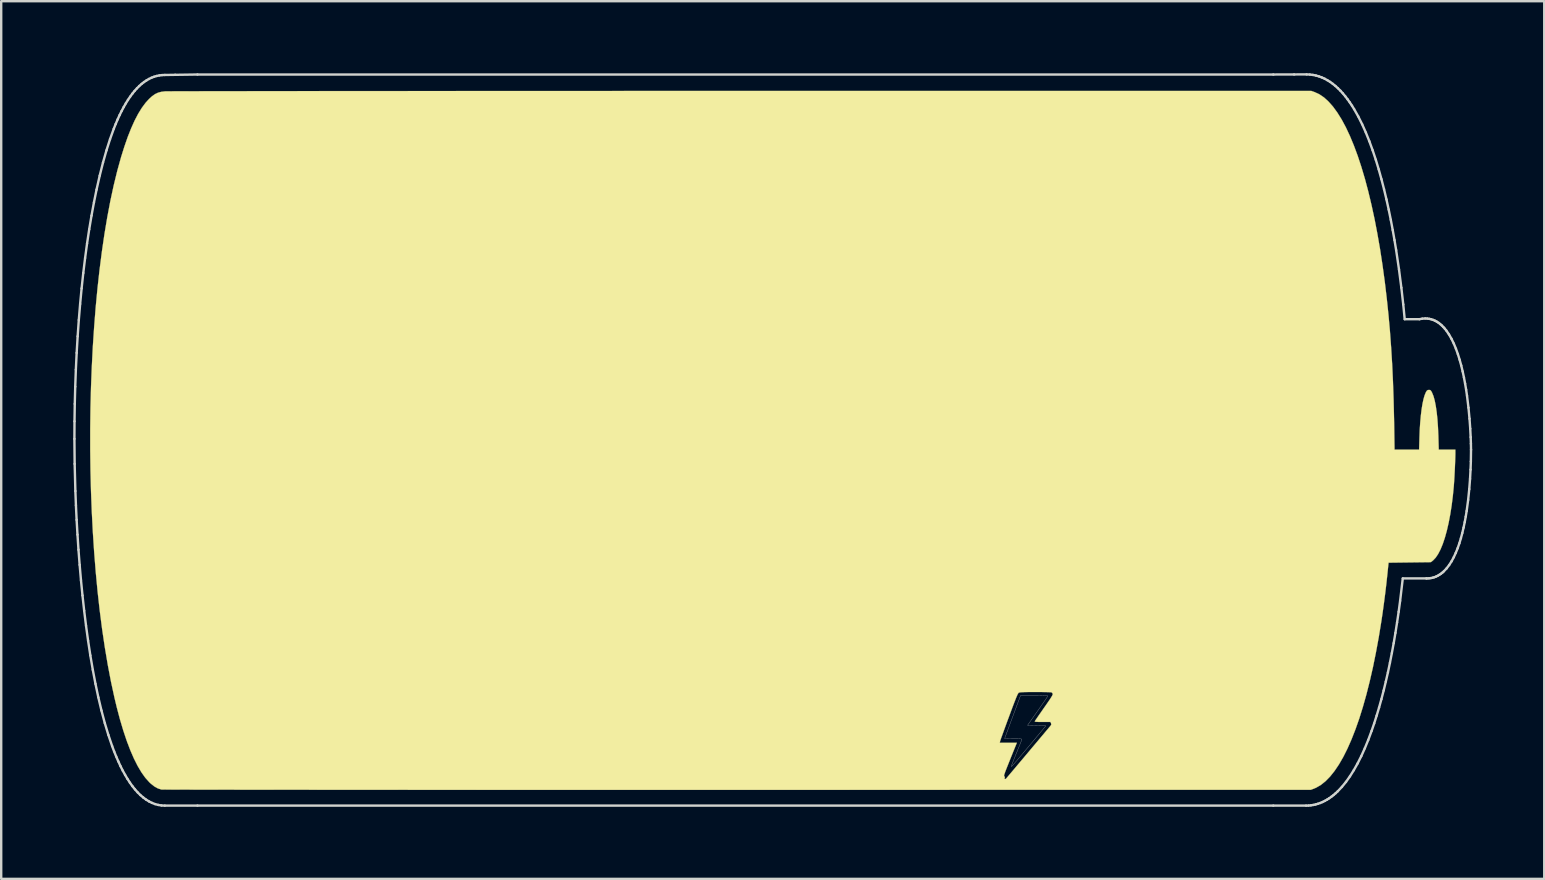
<source format=kicad_pcb>
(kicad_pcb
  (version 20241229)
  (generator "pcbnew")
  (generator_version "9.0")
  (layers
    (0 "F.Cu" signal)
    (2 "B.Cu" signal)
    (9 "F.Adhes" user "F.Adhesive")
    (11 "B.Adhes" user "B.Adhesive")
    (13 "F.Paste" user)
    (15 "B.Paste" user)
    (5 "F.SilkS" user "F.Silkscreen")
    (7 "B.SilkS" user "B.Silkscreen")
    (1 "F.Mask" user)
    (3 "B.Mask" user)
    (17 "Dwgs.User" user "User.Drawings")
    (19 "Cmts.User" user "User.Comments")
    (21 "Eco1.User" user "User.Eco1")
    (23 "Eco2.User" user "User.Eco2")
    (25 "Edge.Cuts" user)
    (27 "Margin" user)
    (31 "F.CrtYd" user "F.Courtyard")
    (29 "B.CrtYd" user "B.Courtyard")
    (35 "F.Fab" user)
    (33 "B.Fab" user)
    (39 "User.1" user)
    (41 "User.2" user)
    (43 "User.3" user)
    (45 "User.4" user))
  (footprint "battery"
    (layer "F.Cu")
    (at 29.3 15.3)
    (property "Reference" "battery" (at 0 0 0) (layer "F.SilkS") (effects (font (size 1.27 1.27) (thickness 0.15))))
    (attr through_hole)
    (fp_poly (pts (xy -2.318 -3.156) (xy -2.295 -3.104) (xy -2.262 -3.024) (xy -2.221 -2.923) (xy -2.175 -2.807) (xy -2.126 -2.682) (xy -2.077 -2.555) (xy -2.029 -2.43) (xy -1.987 -2.315) (xy -1.95 -2.216) (xy -1.934 -2.17) (xy -1.895 -2.035) (xy -1.877 -1.91) (xy -1.874 -1.841) (xy -1.877 -1.745) (xy -1.891 -1.666) (xy -1.92 -1.593) (xy -1.969 -1.513) (xy -2.042 -1.417) (xy -2.054 -1.402) (xy -2.16 -1.271) (xy -1.988 -0.99) (xy -1.927 -0.893) (xy -1.873 -0.808) (xy -1.83 -0.743) (xy -1.802 -0.704) (xy -1.795 -0.696) (xy -1.763 -0.686) (xy -1.704 -0.675) (xy -1.659 -0.669) (xy -1.544 -0.649) (xy -1.437 -0.613) (xy -1.331 -0.558) (xy -1.219 -0.48) (xy -1.093 -0.374) (xy -1.021 -0.307) (xy -0.789 -0.061) (xy -0.593 0.208) (xy -0.433 0.497) (xy -0.31 0.805) (xy -0.226 1.13) (xy -0.18 1.47) (xy -0.176 1.533) (xy -0.163 1.785) (xy -0.121 1.734) (xy -0.088 1.686) (xy -0.047 1.618) (xy -0.025 1.577) (xy 0.003 1.518) (xy 0.019 1.462) (xy 0.028 1.394) (xy 0.03 1.302) (xy 0.03 1.281) (xy 0.03 1.223) (xy 0.027 1.171) (xy 0.021 1.119) (xy 0.01 1.063) (xy -0.007 0.998) (xy -0.032 0.919) (xy -0.067 0.82) (xy -0.112 0.696) (xy -0.17 0.544) (xy -0.241 0.356) (xy -0.242 0.353) (xy -0.308 0.177) (xy -0.359 0.032) (xy -0.396 -0.092) (xy -0.422 -0.202) (xy -0.438 -0.308) (xy -0.448 -0.418) (xy -0.452 -0.54) (xy -0.452 -0.55) (xy -0.452 -0.674) (xy -0.448 -0.766) (xy -0.439 -0.835) (xy -0.425 -0.892) (xy -0.417 -0.914) (xy -0.361 -1.015) (xy -0.282 -1.095) (xy -0.191 -1.146) (xy -0.156 -1.156) (xy -0.071 -1.16) (xy 0.034 -1.148) (xy 0.142 -1.125) (xy 0.237 -1.092) (xy 0.25 -1.086) (xy 0.302 -1.054) (xy 0.327 -1.017) (xy 0.335 -0.967) (xy 0.336 -0.928) (xy 0.328 -0.895) (xy 0.306 -0.86) (xy 0.265 -0.814) (xy 0.2 -0.749) (xy 0.184 -0.734) (xy 0.114 -0.663) (xy 0.052 -0.595) (xy 0.009 -0.541) (xy -0.005 -0.519) (xy -0.041 -0.427) (xy -0.056 -0.327) (xy -0.05 -0.216) (xy -0.022 -0.087) (xy 0.028 0.062) (xy 0.102 0.239) (xy 0.169 0.381) (xy 0.257 0.566) (xy 0.326 0.723) (xy 0.379 0.858) (xy 0.418 0.979) (xy 0.447 1.094) (xy 0.467 1.21) (xy 0.468 1.219) (xy 0.48 1.453) (xy 0.453 1.685) (xy 0.387 1.91) (xy 0.287 2.126) (xy 0.154 2.329) (xy -0.008 2.516) (xy -0.199 2.682) (xy -0.414 2.826) (xy -0.652 2.942) (xy -0.794 2.994) (xy -0.935 3.036) (xy -1.088 3.071) (xy -1.26 3.1) (xy -1.461 3.126) (xy -1.627 3.144) (xy -1.742 3.153) (xy -1.874 3.161) (xy -2.016 3.167) (xy -2.161 3.171) (xy -2.303 3.174) (xy -2.434 3.175) (xy -2.549 3.173) (xy -2.64 3.17) (xy -2.701 3.165) (xy -2.723 3.159) (xy -2.732 3.132) (xy -2.742 3.064) (xy -2.751 2.954) (xy -2.76 2.802) (xy -2.77 2.608) (xy -2.772 2.561) (xy -2.783 2.33) (xy -2.795 2.135) (xy -2.809 1.969) (xy -2.826 1.827) (xy -2.846 1.702) (xy -2.87 1.588) (xy -2.9 1.479) (xy -2.914 1.432) (xy -2.951 1.323) (xy -2.992 1.222) (xy -3.041 1.121) (xy -3.102 1.01) (xy -3.181 0.881) (xy -3.26 0.76) (xy -3.387 0.555) (xy -3.502 0.348) (xy -3.603 0.148) (xy -3.683 -0.038) (xy -3.741 -0.203) (xy -3.756 -0.255) (xy -3.781 -0.369) (xy -3.806 -0.506) (xy -3.831 -0.672) (xy -3.856 -0.869) (xy -3.882 -1.104) (xy -3.885 -1.126) (xy -3.895 -1.194) (xy -3.915 -1.25) (xy -3.95 -1.308) (xy -4.005 -1.38) (xy -4.09 -1.493) (xy -4.115 -1.536) (xy -3.281 -1.536) (xy -3.263 -1.487) (xy -3.216 -1.454) (xy -3.153 -1.441) (xy -3.085 -1.453) (xy -3.069 -1.461) (xy -3.029 -1.47) (xy -3.016 -1.461) (xy -2.988 -1.446) (xy -2.937 -1.439) (xy -2.934 -1.439) (xy -2.869 -1.453) (xy -2.822 -1.486) (xy -2.8 -1.531) (xy -2.804 -1.56) (xy -2.817 -1.584) (xy -2.834 -1.575) (xy -2.851 -1.55) (xy -2.892 -1.516) (xy -2.941 -1.503) (xy -2.982 -1.515) (xy -2.998 -1.535) (xy -3.025 -1.563) (xy -3.04 -1.566) (xy -3.074 -1.549) (xy -3.083 -1.535) (xy -3.111 -1.511) (xy -3.154 -1.503) (xy -3.202 -1.513) (xy -3.225 -1.535) (xy -3.248 -1.562) (xy -3.272 -1.561) (xy -3.281 -1.536) (xy -4.115 -1.536) (xy -4.147 -1.59) (xy -4.181 -1.684) (xy -4.197 -1.786) (xy -4.199 -1.864) (xy -3.785 -1.864) (xy -3.764 -1.809) (xy -3.721 -1.771) (xy -3.665 -1.761) (xy -3.617 -1.782) (xy -3.571 -1.824) (xy -3.57 -1.826) (xy -3.527 -1.884) (xy -2.54 -1.884) (xy -2.526 -1.838) (xy -2.498 -1.799) (xy -2.452 -1.767) (xy -2.413 -1.757) (xy -2.367 -1.771) (xy -2.328 -1.799) (xy -2.297 -1.845) (xy -2.286 -1.884) (xy -2.3 -1.93) (xy -2.328 -1.968) (xy -2.374 -2) (xy -2.413 -2.011) (xy -2.459 -1.996) (xy -2.498 -1.968) (xy -2.529 -1.922) (xy -2.54 -1.884) (xy -3.527 -1.884) (xy -3.57 -1.942) (xy -3.626 -1.993) (xy -3.687 -2.006) (xy -3.745 -1.98) (xy -3.748 -1.978) (xy -3.782 -1.925) (xy -3.785 -1.864) (xy -4.199 -1.864) (xy -4.199 -1.873) (xy -4.199 -1.925) (xy -4.195 -1.972) (xy -4.188 -2.019) (xy -4.176 -2.073) (xy -4.156 -2.14) (xy -4.126 -2.224) (xy -4.086 -2.332) (xy -4.033 -2.47) (xy -3.99 -2.582) (xy -3.934 -2.726) (xy -3.882 -2.857) (xy -3.837 -2.97) (xy -3.799 -3.06) (xy -3.772 -3.121) (xy -3.758 -3.149) (xy -3.757 -3.149) (xy -3.743 -3.153) (xy -3.725 -3.132) (xy -3.699 -3.083) (xy -3.664 -3) (xy -3.639 -2.938) (xy -3.545 -2.699) (xy -3.042 -2.697) (xy -2.855 -2.697) (xy -2.71 -2.7) (xy -2.606 -2.704) (xy -2.543 -2.711) (xy -2.522 -2.718) (xy -2.507 -2.746) (xy -2.482 -2.805) (xy -2.45 -2.885) (xy -2.422 -2.958) (xy -2.388 -3.046) (xy -2.358 -3.116) (xy -2.337 -3.162) (xy -2.328 -3.175) (xy -2.318 -3.156)) (stroke (width 0.01) (type solid)) (fill yes) (layer "F.Cu"))
    (fp_poly (pts (xy 3.922 -3.14) (xy 3.933 -3.116) (xy 3.957 -3.058) (xy 3.991 -2.974) (xy 4.033 -2.87) (xy 4.08 -2.753) (xy 4.081 -2.752) (xy 4.163 -2.539) (xy 4.235 -2.346) (xy 4.293 -2.176) (xy 4.338 -2.033) (xy 4.367 -1.919) (xy 4.381 -1.84) (xy 4.381 -1.824) (xy 4.364 -1.7) (xy 4.311 -1.571) (xy 4.221 -1.433) (xy 4.202 -1.409) (xy 4.146 -1.337) (xy 4.114 -1.289) (xy 4.102 -1.256) (xy 4.106 -1.229) (xy 4.111 -1.22) (xy 4.141 -1.166) (xy 4.184 -1.094) (xy 4.236 -1.009) (xy 4.291 -0.921) (xy 4.344 -0.837) (xy 4.391 -0.765) (xy 4.427 -0.712) (xy 4.446 -0.687) (xy 4.447 -0.686) (xy 4.478 -0.677) (xy 4.537 -0.665) (xy 4.607 -0.654) (xy 4.715 -0.632) (xy 4.816 -0.596) (xy 4.917 -0.541) (xy 5.023 -0.464) (xy 5.143 -0.359) (xy 5.252 -0.255) (xy 5.451 -0.042) (xy 5.614 0.169) (xy 5.748 0.386) (xy 5.784 0.455) (xy 5.872 0.659) (xy 5.947 0.89) (xy 6.004 1.131) (xy 6.041 1.37) (xy 6.055 1.583) (xy 6.055 1.789) (xy 6.118 1.715) (xy 6.192 1.6) (xy 6.243 1.46) (xy 6.265 1.312) (xy 6.265 1.285) (xy 6.262 1.205) (xy 6.249 1.119) (xy 6.227 1.021) (xy 6.192 0.905) (xy 6.144 0.764) (xy 6.08 0.595) (xy 6.043 0.498) (xy 5.971 0.311) (xy 5.914 0.157) (xy 5.871 0.027) (xy 5.838 -0.085) (xy 5.815 -0.187) (xy 5.8 -0.285) (xy 5.79 -0.386) (xy 5.784 -0.488) (xy 5.781 -0.653) (xy 5.79 -0.783) (xy 5.811 -0.886) (xy 5.846 -0.969) (xy 5.896 -1.038) (xy 5.916 -1.059) (xy 5.956 -1.095) (xy 5.99 -1.117) (xy 6.032 -1.128) (xy 6.093 -1.132) (xy 6.166 -1.132) (xy 6.31 -1.124) (xy 6.426 -1.099) (xy 6.51 -1.059) (xy 6.56 -1.007) (xy 6.573 -0.943) (xy 6.564 -0.905) (xy 6.541 -0.869) (xy 6.495 -0.815) (xy 6.434 -0.75) (xy 6.403 -0.72) (xy 6.304 -0.615) (xy 6.237 -0.522) (xy 6.198 -0.43) (xy 6.182 -0.331) (xy 6.181 -0.295) (xy 6.186 -0.2) (xy 6.203 -0.102) (xy 6.234 0.006) (xy 6.281 0.131) (xy 6.348 0.28) (xy 6.406 0.401) (xy 6.483 0.561) (xy 6.543 0.691) (xy 6.589 0.801) (xy 6.624 0.898) (xy 6.651 0.991) (xy 6.673 1.087) (xy 6.679 1.118) (xy 6.705 1.359) (xy 6.691 1.602) (xy 6.638 1.842) (xy 6.548 2.074) (xy 6.422 2.295) (xy 6.262 2.498) (xy 6.216 2.546) (xy 6.014 2.722) (xy 5.79 2.862) (xy 5.545 2.966) (xy 5.413 3.005) (xy 5.31 3.027) (xy 5.181 3.049) (xy 5.033 3.069) (xy 4.869 3.088) (xy 4.695 3.106) (xy 4.516 3.121) (xy 4.337 3.134) (xy 4.163 3.145) (xy 3.999 3.152) (xy 3.85 3.156) (xy 3.721 3.156) (xy 3.618 3.153) (xy 3.545 3.145) (xy 3.507 3.132) (xy 3.504 3.127) (xy 3.5 3.1) (xy 3.496 3.036) (xy 3.491 2.941) (xy 3.484 2.822) (xy 3.478 2.683) (xy 3.471 2.531) (xy 3.471 2.529) (xy 3.463 2.333) (xy 3.455 2.172) (xy 3.446 2.039) (xy 3.436 1.928) (xy 3.424 1.831) (xy 3.409 1.741) (xy 3.39 1.653) (xy 3.367 1.557) (xy 3.354 1.507) (xy 3.317 1.382) (xy 3.273 1.264) (xy 3.216 1.143) (xy 3.143 1.011) (xy 3.05 0.858) (xy 3.001 0.783) (xy 2.852 0.546) (xy 2.729 0.33) (xy 2.63 0.126) (xy 2.552 -0.073) (xy 2.491 -0.276) (xy 2.445 -0.492) (xy 2.409 -0.729) (xy 2.393 -0.878) (xy 2.379 -1.008) (xy 2.368 -1.104) (xy 2.355 -1.176) (xy 2.338 -1.231) (xy 2.314 -1.278) (xy 2.281 -1.326) (xy 2.236 -1.384) (xy 2.233 -1.388) (xy 2.147 -1.508) (xy 2.125 -1.551) (xy 2.967 -1.551) (xy 2.983 -1.51) (xy 3.011 -1.474) (xy 3.036 -1.46) (xy 3.067 -1.443) (xy 3.098 -1.402) (xy 3.1 -1.399) (xy 3.143 -1.341) (xy 3.192 -1.325) (xy 3.243 -1.351) (xy 3.289 -1.407) (xy 3.321 -1.445) (xy 3.348 -1.46) (xy 3.387 -1.476) (xy 3.426 -1.512) (xy 3.449 -1.551) (xy 3.45 -1.559) (xy 3.438 -1.585) (xy 3.406 -1.578) (xy 3.364 -1.544) (xy 3.329 -1.515) (xy 3.3 -1.515) (xy 3.27 -1.533) (xy 3.214 -1.562) (xy 3.173 -1.559) (xy 3.14 -1.535) (xy 3.103 -1.507) (xy 3.069 -1.512) (xy 3.028 -1.549) (xy 2.994 -1.577) (xy 2.971 -1.581) (xy 2.971 -1.581) (xy 2.967 -1.551) (xy 2.125 -1.551) (xy 2.091 -1.618) (xy 2.062 -1.731) (xy 2.056 -1.86) (xy 2.058 -1.901) (xy 2.439 -1.901) (xy 2.439 -1.841) (xy 2.469 -1.786) (xy 2.523 -1.748) (xy 2.567 -1.737) (xy 2.592 -1.75) (xy 2.631 -1.782) (xy 2.636 -1.788) (xy 2.678 -1.84) (xy 2.678 -1.843) (xy 3.689 -1.843) (xy 3.718 -1.786) (xy 3.725 -1.778) (xy 3.777 -1.742) (xy 3.826 -1.744) (xy 3.883 -1.785) (xy 3.886 -1.789) (xy 3.924 -1.849) (xy 3.92 -1.91) (xy 3.878 -1.963) (xy 3.819 -1.99) (xy 3.763 -1.983) (xy 3.718 -1.95) (xy 3.691 -1.901) (xy 3.689 -1.843) (xy 2.678 -1.843) (xy 2.684 -1.886) (xy 2.656 -1.941) (xy 2.655 -1.943) (xy 2.606 -1.981) (xy 2.542 -1.987) (xy 2.481 -1.961) (xy 2.473 -1.955) (xy 2.439 -1.901) (xy 2.058 -1.901) (xy 2.058 -1.901) (xy 2.062 -1.954) (xy 2.069 -2.006) (xy 2.082 -2.063) (xy 2.101 -2.13) (xy 2.13 -2.214) (xy 2.169 -2.321) (xy 2.22 -2.456) (xy 2.277 -2.601) (xy 2.333 -2.742) (xy 2.385 -2.869) (xy 2.43 -2.977) (xy 2.467 -3.06) (xy 2.494 -3.115) (xy 2.508 -3.135) (xy 2.508 -3.135) (xy 2.524 -3.115) (xy 2.55 -3.064) (xy 2.582 -2.989) (xy 2.611 -2.916) (xy 2.645 -2.827) (xy 2.676 -2.754) (xy 2.699 -2.704) (xy 2.709 -2.688) (xy 2.734 -2.685) (xy 2.796 -2.683) (xy 2.887 -2.68) (xy 3.003 -2.679) (xy 3.136 -2.678) (xy 3.221 -2.678) (xy 3.715 -2.678) (xy 3.812 -2.919) (xy 3.851 -3.009) (xy 3.884 -3.08) (xy 3.908 -3.127) (xy 3.921 -3.141) (xy 3.922 -3.14)) (stroke (width 0.01) (type solid)) (fill yes) (layer "F.Cu"))
    (fp_poly (pts (xy -14.806 -3.146) (xy -14.782 -3.099) (xy -14.748 -3.023) (xy -14.706 -2.926) (xy -14.66 -2.812) (xy -14.61 -2.688) (xy -14.56 -2.56) (xy -14.512 -2.433) (xy -14.468 -2.313) (xy -14.43 -2.207) (xy -14.416 -2.162) (xy -14.368 -1.985) (xy -14.352 -1.83) (xy -14.368 -1.692) (xy -14.418 -1.563) (xy -14.502 -1.438) (xy -14.539 -1.394) (xy -14.585 -1.338) (xy -14.616 -1.294) (xy -14.626 -1.272) (xy -14.616 -1.246) (xy -14.587 -1.193) (xy -14.546 -1.12) (xy -14.496 -1.035) (xy -14.443 -0.947) (xy -14.391 -0.863) (xy -14.345 -0.791) (xy -14.31 -0.74) (xy -14.295 -0.72) (xy -14.26 -0.701) (xy -14.197 -0.681) (xy -14.119 -0.664) (xy -14.116 -0.664) (xy -14.009 -0.641) (xy -13.913 -0.609) (xy -13.822 -0.564) (xy -13.729 -0.501) (xy -13.626 -0.415) (xy -13.506 -0.301) (xy -13.47 -0.266) (xy -13.295 -0.082) (xy -13.152 0.093) (xy -13.033 0.269) (xy -12.932 0.456) (xy -12.887 0.555) (xy -12.783 0.835) (xy -12.709 1.123) (xy -12.666 1.408) (xy -12.657 1.598) (xy -12.656 1.789) (xy -12.593 1.715) (xy -12.508 1.584) (xy -12.46 1.432) (xy -12.449 1.259) (xy -12.475 1.066) (xy -12.536 0.857) (xy -12.572 0.757) (xy -12.618 0.632) (xy -12.669 0.497) (xy -12.718 0.365) (xy -12.729 0.338) (xy -12.789 0.178) (xy -12.835 0.048) (xy -12.869 -0.06) (xy -12.893 -0.156) (xy -12.909 -0.249) (xy -12.919 -0.347) (xy -12.926 -0.459) (xy -12.927 -0.504) (xy -12.93 -0.659) (xy -12.925 -0.78) (xy -12.911 -0.874) (xy -12.885 -0.95) (xy -12.846 -1.014) (xy -12.807 -1.059) (xy -12.728 -1.123) (xy -12.636 -1.156) (xy -12.524 -1.159) (xy -12.447 -1.148) (xy -12.309 -1.115) (xy -12.213 -1.073) (xy -12.157 -1.022) (xy -12.142 -0.96) (xy -12.168 -0.886) (xy -12.233 -0.8) (xy -12.311 -0.724) (xy -12.407 -0.629) (xy -12.472 -0.544) (xy -12.511 -0.457) (xy -12.528 -0.359) (xy -12.531 -0.29) (xy -12.525 -0.194) (xy -12.507 -0.092) (xy -12.473 0.021) (xy -12.423 0.152) (xy -12.354 0.306) (xy -12.28 0.457) (xy -12.181 0.666) (xy -12.106 0.851) (xy -12.053 1.017) (xy -12.02 1.174) (xy -12.004 1.329) (xy -12.002 1.417) (xy -12.022 1.619) (xy -12.08 1.826) (xy -12.172 2.034) (xy -12.296 2.237) (xy -12.447 2.429) (xy -12.623 2.605) (xy -12.765 2.719) (xy -12.923 2.824) (xy -13.093 2.913) (xy -13.279 2.986) (xy -13.487 3.046) (xy -13.722 3.094) (xy -13.989 3.131) (xy -14.213 3.153) (xy -14.326 3.161) (xy -14.455 3.167) (xy -14.591 3.171) (xy -14.73 3.173) (xy -14.862 3.174) (xy -14.982 3.172) (xy -15.082 3.169) (xy -15.155 3.164) (xy -15.193 3.157) (xy -15.196 3.156) (xy -15.205 3.141) (xy -15.214 3.106) (xy -15.222 3.049) (xy -15.229 2.964) (xy -15.237 2.847) (xy -15.245 2.696) (xy -15.252 2.547) (xy -15.261 2.356) (xy -15.269 2.201) (xy -15.277 2.075) (xy -15.284 1.974) (xy -15.292 1.889) (xy -15.302 1.816) (xy -15.314 1.748) (xy -15.329 1.679) (xy -15.347 1.602) (xy -15.358 1.559) (xy -15.401 1.409) (xy -15.452 1.268) (xy -15.518 1.127) (xy -15.603 0.976) (xy -15.711 0.804) (xy -15.718 0.794) (xy -15.792 0.675) (xy -15.875 0.535) (xy -15.957 0.39) (xy -16.028 0.257) (xy -16.034 0.243) (xy -16.118 0.067) (xy -16.185 -0.101) (xy -16.237 -0.272) (xy -16.278 -0.455) (xy -16.31 -0.663) (xy -16.33 -0.826) (xy -16.345 -0.971) (xy -16.358 -1.081) (xy -16.37 -1.163) (xy -16.383 -1.223) (xy -16.398 -1.267) (xy -16.418 -1.303) (xy -16.445 -1.337) (xy -16.479 -1.376) (xy -16.479 -1.377) (xy -16.539 -1.449) (xy -15.661 -1.449) (xy -15.661 -1.423) (xy -15.649 -1.418) (xy -15.625 -1.432) (xy -15.586 -1.465) (xy -15.575 -1.475) (xy -15.515 -1.532) (xy -15.456 -1.475) (xy -15.414 -1.439) (xy -15.385 -1.419) (xy -15.382 -1.418) (xy -15.366 -1.431) (xy -15.377 -1.466) (xy -15.412 -1.514) (xy -15.441 -1.545) (xy -15.515 -1.617) (xy -15.589 -1.545) (xy -15.636 -1.492) (xy -15.661 -1.449) (xy -16.539 -1.449) (xy -16.561 -1.475) (xy -16.616 -1.56) (xy -16.648 -1.645) (xy -16.664 -1.743) (xy -16.667 -1.868) (xy -16.667 -1.873) (xy -16.667 -1.884) (xy -16.256 -1.884) (xy -16.238 -1.839) (xy -16.193 -1.81) (xy -16.135 -1.801) (xy -16.075 -1.813) (xy -16.034 -1.841) (xy -16.008 -1.875) (xy -16.011 -1.893) (xy -15.001 -1.893) (xy -14.997 -1.868) (xy -14.975 -1.841) (xy -14.92 -1.808) (xy -14.854 -1.802) (xy -14.795 -1.825) (xy -14.786 -1.832) (xy -14.758 -1.867) (xy -14.761 -1.895) (xy -14.788 -1.93) (xy -14.843 -1.962) (xy -14.909 -1.964) (xy -14.968 -1.934) (xy -14.975 -1.926) (xy -15.001 -1.893) (xy -16.011 -1.893) (xy -16.012 -1.9) (xy -16.034 -1.926) (xy -16.084 -1.958) (xy -16.144 -1.967) (xy -16.201 -1.954) (xy -16.243 -1.923) (xy -16.256 -1.884) (xy -16.667 -1.884) (xy -16.666 -2.085) (xy -16.591 -2.275) (xy -16.066 -2.275) (xy -16.055 -2.244) (xy -16.018 -2.202) (xy -15.975 -2.166) (xy -15.915 -2.122) (xy -15.878 -2.101) (xy -15.857 -2.101) (xy -15.844 -2.115) (xy -15.186 -2.115) (xy -15.172 -2.1) (xy -15.152 -2.101) (xy -15.118 -2.123) (xy -15.061 -2.168) (xy -15.057 -2.171) (xy -14.994 -2.228) (xy -14.967 -2.266) (xy -14.975 -2.284) (xy -14.989 -2.286) (xy -15.02 -2.273) (xy -15.066 -2.242) (xy -15.116 -2.201) (xy -15.158 -2.16) (xy -15.184 -2.127) (xy -15.186 -2.115) (xy -15.844 -2.115) (xy -15.844 -2.115) (xy -15.853 -2.136) (xy -15.887 -2.172) (xy -15.934 -2.213) (xy -15.985 -2.252) (xy -16.027 -2.279) (xy -16.047 -2.286) (xy -16.066 -2.275) (xy -16.591 -2.275) (xy -16.456 -2.618) (xy -16.399 -2.759) (xy -16.347 -2.886) (xy -16.302 -2.994) (xy -16.264 -3.078) (xy -16.238 -3.134) (xy -16.224 -3.155) (xy -16.224 -3.155) (xy -16.207 -3.138) (xy -16.182 -3.09) (xy -16.152 -3.022) (xy -16.145 -3.002) (xy -16.111 -2.916) (xy -16.079 -2.834) (xy -16.054 -2.773) (xy -16.053 -2.77) (xy -16.019 -2.694) (xy -15.529 -2.694) (xy -15.38 -2.695) (xy -15.249 -2.697) (xy -15.142 -2.701) (xy -15.064 -2.706) (xy -15.02 -2.711) (xy -15.013 -2.714) (xy -14.995 -2.741) (xy -14.968 -2.799) (xy -14.934 -2.878) (xy -14.91 -2.939) (xy -14.876 -3.026) (xy -14.846 -3.098) (xy -14.825 -3.145) (xy -14.817 -3.16) (xy -14.806 -3.146)) (stroke (width 0.01) (type solid)) (fill yes) (layer "F.Cu"))
    (fp_poly (pts (xy 8.751 -3.156) (xy 8.774 -3.106) (xy 8.804 -3.033) (xy 8.824 -2.979) (xy 8.855 -2.892) (xy 8.879 -2.825) (xy 8.903 -2.775) (xy 8.931 -2.74) (xy 8.971 -2.717) (xy 9.026 -2.704) (xy 9.103 -2.698) (xy 9.207 -2.697) (xy 9.345 -2.697) (xy 9.453 -2.698) (xy 9.958 -2.699) (xy 10.051 -2.938) (xy 10.088 -3.028) (xy 10.121 -3.1) (xy 10.146 -3.147) (xy 10.16 -3.161) (xy 10.161 -3.16) (xy 10.173 -3.135) (xy 10.199 -3.077) (xy 10.233 -2.991) (xy 10.275 -2.886) (xy 10.322 -2.767) (xy 10.37 -2.641) (xy 10.419 -2.514) (xy 10.464 -2.393) (xy 10.504 -2.285) (xy 10.535 -2.195) (xy 10.551 -2.148) (xy 10.579 -2.057) (xy 10.603 -1.969) (xy 10.617 -1.901) (xy 10.619 -1.892) (xy 10.615 -1.764) (xy 10.573 -1.628) (xy 10.492 -1.486) (xy 10.446 -1.425) (xy 10.394 -1.359) (xy 10.354 -1.306) (xy 10.332 -1.274) (xy 10.33 -1.268) (xy 10.34 -1.247) (xy 10.369 -1.196) (xy 10.413 -1.122) (xy 10.468 -1.032) (xy 10.504 -0.973) (xy 10.679 -0.69) (xy 10.827 -0.665) (xy 10.95 -0.639) (xy 11.062 -0.6) (xy 11.168 -0.545) (xy 11.278 -0.469) (xy 11.396 -0.368) (xy 11.532 -0.237) (xy 11.551 -0.218) (xy 11.758 0.022) (xy 11.935 0.287) (xy 12.081 0.572) (xy 12.192 0.872) (xy 12.267 1.18) (xy 12.303 1.491) (xy 12.305 1.573) (xy 12.308 1.801) (xy 12.358 1.742) (xy 12.449 1.601) (xy 12.502 1.442) (xy 12.517 1.291) (xy 12.515 1.22) (xy 12.508 1.15) (xy 12.495 1.077) (xy 12.473 0.994) (xy 12.442 0.894) (xy 12.398 0.772) (xy 12.341 0.622) (xy 12.297 0.507) (xy 12.225 0.321) (xy 12.168 0.167) (xy 12.123 0.039) (xy 12.09 -0.069) (xy 12.066 -0.166) (xy 12.051 -0.256) (xy 12.041 -0.347) (xy 12.037 -0.446) (xy 12.035 -0.55) (xy 12.035 -0.673) (xy 12.037 -0.763) (xy 12.042 -0.827) (xy 12.051 -0.876) (xy 12.065 -0.918) (xy 12.082 -0.957) (xy 12.152 -1.059) (xy 12.245 -1.125) (xy 12.36 -1.155) (xy 12.498 -1.151) (xy 12.542 -1.143) (xy 12.671 -1.109) (xy 12.76 -1.068) (xy 12.811 -1.019) (xy 12.826 -0.959) (xy 12.818 -0.914) (xy 12.798 -0.882) (xy 12.754 -0.829) (xy 12.694 -0.762) (xy 12.637 -0.703) (xy 12.552 -0.61) (xy 12.488 -0.521) (xy 12.446 -0.431) (xy 12.426 -0.335) (xy 12.427 -0.229) (xy 12.451 -0.108) (xy 12.497 0.034) (xy 12.565 0.202) (xy 12.656 0.399) (xy 12.668 0.423) (xy 12.749 0.595) (xy 12.812 0.736) (xy 12.86 0.855) (xy 12.895 0.959) (xy 12.919 1.056) (xy 12.933 1.153) (xy 12.941 1.258) (xy 12.943 1.379) (xy 12.943 1.418) (xy 12.943 1.539) (xy 12.941 1.628) (xy 12.935 1.694) (xy 12.925 1.748) (xy 12.909 1.8) (xy 12.886 1.858) (xy 12.874 1.886) (xy 12.769 2.093) (xy 12.636 2.296) (xy 12.485 2.484) (xy 12.322 2.647) (xy 12.2 2.744) (xy 12.057 2.836) (xy 11.904 2.915) (xy 11.736 2.981) (xy 11.55 3.036) (xy 11.341 3.081) (xy 11.105 3.116) (xy 10.839 3.142) (xy 10.538 3.159) (xy 10.264 3.169) (xy 10.09 3.172) (xy 9.956 3.174) (xy 9.858 3.172) (xy 9.792 3.168) (xy 9.757 3.162) (xy 9.749 3.157) (xy 9.744 3.13) (xy 9.738 3.067) (xy 9.731 2.972) (xy 9.723 2.852) (xy 9.715 2.711) (xy 9.707 2.556) (xy 9.705 2.512) (xy 9.689 2.239) (xy 9.67 2.003) (xy 9.646 1.798) (xy 9.616 1.619) (xy 9.578 1.46) (xy 9.53 1.315) (xy 9.472 1.179) (xy 9.402 1.046) (xy 9.318 0.912) (xy 9.287 0.866) (xy 9.178 0.698) (xy 9.067 0.515) (xy 8.964 0.333) (xy 8.895 0.201) (xy 8.818 0.03) (xy 8.755 -0.15) (xy 8.703 -0.346) (xy 8.662 -0.566) (xy 8.628 -0.817) (xy 8.614 -0.953) (xy 8.604 -1.053) (xy 8.594 -1.14) (xy 8.586 -1.204) (xy 8.58 -1.233) (xy 8.562 -1.267) (xy 8.523 -1.321) (xy 8.476 -1.38) (xy 8.391 -1.487) (xy 8.338 -1.579) (xy 9.216 -1.579) (xy 9.234 -1.537) (xy 9.272 -1.502) (xy 9.292 -1.492) (xy 9.332 -1.465) (xy 9.367 -1.417) (xy 9.367 -1.417) (xy 9.41 -1.366) (xy 9.461 -1.354) (xy 9.509 -1.38) (xy 9.534 -1.416) (xy 9.573 -1.463) (xy 9.619 -1.49) (xy 9.667 -1.515) (xy 9.699 -1.554) (xy 9.708 -1.594) (xy 9.698 -1.613) (xy 9.672 -1.617) (xy 9.649 -1.59) (xy 9.611 -1.557) (xy 9.564 -1.546) (xy 9.524 -1.559) (xy 9.511 -1.577) (xy 9.483 -1.604) (xy 9.461 -1.609) (xy 9.423 -1.593) (xy 9.412 -1.577) (xy 9.383 -1.55) (xy 9.337 -1.548) (xy 9.292 -1.57) (xy 9.274 -1.59) (xy 9.245 -1.62) (xy 9.225 -1.613) (xy 9.216 -1.579) (xy 8.338 -1.579) (xy 8.335 -1.583) (xy 8.303 -1.68) (xy 8.289 -1.792) (xy 8.287 -1.873) (xy 8.288 -1.937) (xy 8.29 -1.977) (xy 8.657 -1.977) (xy 8.676 -1.955) (xy 8.733 -1.947) (xy 8.738 -1.947) (xy 8.804 -1.943) (xy 8.832 -1.931) (xy 8.821 -1.913) (xy 8.78 -1.896) (xy 8.731 -1.87) (xy 8.704 -1.839) (xy 8.703 -1.836) (xy 8.71 -1.805) (xy 8.734 -1.802) (xy 8.752 -1.82) (xy 8.78 -1.833) (xy 8.834 -1.841) (xy 8.86 -1.841) (xy 8.932 -1.85) (xy 8.96 -1.869) (xy 9.935 -1.869) (xy 9.936 -1.865) (xy 9.965 -1.851) (xy 10.019 -1.842) (xy 10.044 -1.841) (xy 10.103 -1.837) (xy 10.143 -1.825) (xy 10.15 -1.819) (xy 10.178 -1.804) (xy 10.204 -1.819) (xy 10.209 -1.831) (xy 10.195 -1.853) (xy 10.154 -1.879) (xy 10.145 -1.884) (xy 10.092 -1.912) (xy 10.081 -1.932) (xy 10.111 -1.945) (xy 10.165 -1.951) (xy 10.224 -1.962) (xy 10.247 -1.98) (xy 10.231 -2.002) (xy 10.205 -2.014) (xy 10.156 -2.017) (xy 10.095 -2.002) (xy 10.031 -1.974) (xy 9.977 -1.938) (xy 9.941 -1.901) (xy 9.935 -1.869) (xy 8.96 -1.869) (xy 8.969 -1.874) (xy 8.968 -1.909) (xy 8.93 -1.95) (xy 8.868 -1.986) (xy 8.799 -2.009) (xy 8.734 -2.017) (xy 8.684 -2.01) (xy 8.658 -1.986) (xy 8.657 -1.977) (xy 8.29 -1.977) (xy 8.291 -1.992) (xy 8.298 -2.043) (xy 8.311 -2.099) (xy 8.333 -2.167) (xy 8.364 -2.254) (xy 8.407 -2.367) (xy 8.454 -2.487) (xy 8.526 -2.671) (xy 8.584 -2.818) (xy 8.629 -2.934) (xy 8.665 -3.022) (xy 8.691 -3.086) (xy 8.71 -3.129) (xy 8.722 -3.156) (xy 8.731 -3.17) (xy 8.737 -3.175) (xy 8.739 -3.175) (xy 8.751 -3.156)) (stroke (width 0.01) (type solid)) (fill yes) (layer "F.Cu"))
    (fp_poly (pts (xy -8.56 -3.156) (xy -8.536 -3.104) (xy -8.501 -3.024) (xy -8.459 -2.921) (xy -8.411 -2.803) (xy -8.397 -2.768) (xy -8.308 -2.54) (xy -8.236 -2.346) (xy -8.179 -2.183) (xy -8.14 -2.044) (xy -8.116 -1.926) (xy -8.108 -1.825) (xy -8.115 -1.735) (xy -8.139 -1.652) (xy -8.177 -1.572) (xy -8.23 -1.49) (xy -8.299 -1.401) (xy -8.338 -1.354) (xy -8.4 -1.279) (xy -8.233 -1.005) (xy -8.172 -0.907) (xy -8.116 -0.821) (xy -8.069 -0.753) (xy -8.038 -0.712) (xy -8.029 -0.704) (xy -7.982 -0.685) (xy -7.927 -0.677) (xy -7.788 -0.657) (xy -7.638 -0.597) (xy -7.476 -0.496) (xy -7.303 -0.355) (xy -7.195 -0.252) (xy -6.985 -0.013) (xy -6.804 0.25) (xy -6.655 0.532) (xy -6.539 0.828) (xy -6.46 1.133) (xy -6.419 1.44) (xy -6.413 1.594) (xy -6.413 1.683) (xy -6.411 1.737) (xy -6.405 1.762) (xy -6.393 1.764) (xy -6.375 1.75) (xy -6.374 1.749) (xy -6.343 1.711) (xy -6.302 1.651) (xy -6.274 1.603) (xy -6.246 1.55) (xy -6.228 1.503) (xy -6.218 1.451) (xy -6.214 1.381) (xy -6.214 1.283) (xy -6.214 1.27) (xy -6.214 1.212) (xy -6.215 1.164) (xy -6.217 1.119) (xy -6.223 1.075) (xy -6.234 1.026) (xy -6.25 0.967) (xy -6.274 0.894) (xy -6.307 0.802) (xy -6.349 0.687) (xy -6.404 0.543) (xy -6.471 0.367) (xy -6.505 0.275) (xy -6.55 0.153) (xy -6.592 0.029) (xy -6.626 -0.084) (xy -6.651 -0.173) (xy -6.655 -0.195) (xy -6.673 -0.311) (xy -6.684 -0.444) (xy -6.688 -0.581) (xy -6.685 -0.711) (xy -6.675 -0.823) (xy -6.658 -0.906) (xy -6.656 -0.912) (xy -6.598 -1.027) (xy -6.517 -1.107) (xy -6.413 -1.152) (xy -6.284 -1.163) (xy -6.132 -1.139) (xy -6.066 -1.121) (xy -5.967 -1.081) (xy -5.908 -1.034) (xy -5.887 -0.977) (xy -5.906 -0.909) (xy -5.963 -0.828) (xy -6.059 -0.732) (xy -6.067 -0.725) (xy -6.17 -0.623) (xy -6.238 -0.527) (xy -6.275 -0.426) (xy -6.286 -0.313) (xy -6.287 -0.31) (xy -6.284 -0.234) (xy -6.276 -0.162) (xy -6.259 -0.087) (xy -6.231 -0.002) (xy -6.191 0.099) (xy -6.136 0.224) (xy -6.064 0.378) (xy -6.051 0.404) (xy -5.959 0.602) (xy -5.887 0.77) (xy -5.834 0.917) (xy -5.796 1.05) (xy -5.774 1.174) (xy -5.763 1.299) (xy -5.763 1.43) (xy -5.764 1.45) (xy -5.787 1.67) (xy -5.839 1.873) (xy -5.923 2.064) (xy -6.043 2.25) (xy -6.201 2.439) (xy -6.214 2.452) (xy -6.422 2.645) (xy -6.655 2.807) (xy -6.915 2.939) (xy -7.204 3.042) (xy -7.523 3.116) (xy -7.552 3.121) (xy -7.726 3.146) (xy -7.928 3.166) (xy -8.145 3.181) (xy -8.364 3.19) (xy -8.575 3.193) (xy -8.765 3.188) (xy -8.884 3.181) (xy -8.951 3.167) (xy -8.982 3.14) (xy -8.983 3.137) (xy -8.986 3.107) (xy -8.991 3.04) (xy -8.997 2.943) (xy -9.003 2.822) (xy -9.01 2.682) (xy -9.017 2.529) (xy -9.03 2.265) (xy -9.046 2.038) (xy -9.067 1.84) (xy -9.095 1.666) (xy -9.131 1.509) (xy -9.176 1.364) (xy -9.234 1.224) (xy -9.305 1.084) (xy -9.39 0.936) (xy -9.49 0.778) (xy -9.636 0.549) (xy -9.755 0.341) (xy -9.852 0.148) (xy -9.93 -0.041) (xy -9.991 -0.234) (xy -10.038 -0.44) (xy -10.076 -0.667) (xy -10.107 -0.917) (xy -10.12 -1.032) (xy -10.134 -1.134) (xy -10.147 -1.215) (xy -10.159 -1.267) (xy -10.163 -1.277) (xy -10.191 -1.319) (xy -10.236 -1.375) (xy -10.264 -1.408) (xy -10.355 -1.524) (xy -10.399 -1.615) (xy -9.504 -1.615) (xy -9.498 -1.58) (xy -9.474 -1.538) (xy -9.461 -1.524) (xy -9.405 -1.487) (xy -9.345 -1.489) (xy -9.311 -1.504) (xy -9.26 -1.515) (xy -9.198 -1.5) (xy -9.143 -1.486) (xy -9.101 -1.494) (xy -9.072 -1.51) (xy -9.033 -1.549) (xy -9.017 -1.588) (xy -9.027 -1.624) (xy -9.051 -1.624) (xy -9.08 -1.589) (xy -9.081 -1.587) (xy -9.119 -1.552) (xy -9.169 -1.55) (xy -9.207 -1.577) (xy -9.242 -1.604) (xy -9.26 -1.609) (xy -9.295 -1.594) (xy -9.313 -1.577) (xy -9.357 -1.548) (xy -9.405 -1.56) (xy -9.435 -1.587) (xy -9.467 -1.619) (xy -9.487 -1.63) (xy -9.504 -1.615) (xy -10.399 -1.615) (xy -10.412 -1.641) (xy -10.433 -1.741) (xy -10.097 -1.741) (xy -10.094 -1.724) (xy -10.082 -1.717) (xy -10.052 -1.723) (xy -9.998 -1.741) (xy -9.913 -1.774) (xy -9.91 -1.775) (xy -9.81 -1.816) (xy -9.748 -1.849) (xy -9.721 -1.875) (xy -8.794 -1.875) (xy -8.783 -1.857) (xy -8.743 -1.835) (xy -8.688 -1.81) (xy -8.615 -1.778) (xy -8.552 -1.751) (xy -8.52 -1.736) (xy -8.459 -1.717) (xy -8.428 -1.727) (xy -8.424 -1.744) (xy -8.443 -1.766) (xy -8.491 -1.795) (xy -8.553 -1.821) (xy -8.615 -1.847) (xy -8.655 -1.871) (xy -8.664 -1.885) (xy -8.635 -1.902) (xy -8.582 -1.927) (xy -8.542 -1.943) (xy -8.478 -1.972) (xy -8.437 -2) (xy -8.424 -2.022) (xy -8.444 -2.032) (xy -8.451 -2.032) (xy -8.491 -2.023) (xy -8.556 -2.001) (xy -8.631 -1.971) (xy -8.703 -1.938) (xy -8.76 -1.909) (xy -8.783 -1.893) (xy -8.794 -1.875) (xy -9.721 -1.875) (xy -9.72 -1.876) (xy -9.723 -1.898) (xy -9.727 -1.902) (xy -9.76 -1.921) (xy -9.819 -1.947) (xy -9.893 -1.977) (xy -9.968 -2.004) (xy -10.03 -2.024) (xy -10.067 -2.032) (xy -10.067 -2.032) (xy -10.094 -2.024) (xy -10.088 -2.005) (xy -10.052 -1.977) (xy -9.99 -1.948) (xy -9.979 -1.943) (xy -9.917 -1.917) (xy -9.871 -1.894) (xy -9.857 -1.885) (xy -9.865 -1.869) (xy -9.905 -1.845) (xy -9.968 -1.818) (xy -10.034 -1.788) (xy -10.08 -1.76) (xy -10.097 -1.741) (xy -10.433 -1.741) (xy -10.439 -1.772) (xy -10.444 -1.884) (xy -10.443 -1.944) (xy -10.439 -1.996) (xy -10.431 -2.047) (xy -10.417 -2.104) (xy -10.395 -2.174) (xy -10.362 -2.264) (xy -10.318 -2.38) (xy -10.267 -2.508) (xy -10.214 -2.644) (xy -10.163 -2.774) (xy -10.118 -2.89) (xy -10.081 -2.984) (xy -10.056 -3.049) (xy -10.051 -3.064) (xy -10.025 -3.125) (xy -10.002 -3.165) (xy -9.991 -3.175) (xy -9.976 -3.156) (xy -9.951 -3.106) (xy -9.92 -3.033) (xy -9.894 -2.969) (xy -9.859 -2.88) (xy -9.826 -2.804) (xy -9.8 -2.751) (xy -9.789 -2.734) (xy -9.771 -2.724) (xy -9.735 -2.717) (xy -9.675 -2.712) (xy -9.588 -2.708) (xy -9.469 -2.706) (xy -9.312 -2.706) (xy -9.284 -2.706) (xy -9.145 -2.707) (xy -9.021 -2.707) (xy -8.916 -2.707) (xy -8.838 -2.708) (xy -8.794 -2.708) (xy -8.785 -2.708) (xy -8.771 -2.727) (xy -8.745 -2.778) (xy -8.711 -2.853) (xy -8.675 -2.942) (xy -8.639 -3.033) (xy -8.608 -3.107) (xy -8.584 -3.157) (xy -8.572 -3.175) (xy -8.56 -3.156)) (stroke (width 0.01) (type solid)) (fill yes) (layer "F.Cu"))
    (fp_poly (pts (xy 22.419 -14.512) (xy 22.615 -14.421) (xy 22.808 -14.29) (xy 22.997 -14.117) (xy 23.184 -13.906) (xy 23.366 -13.655) (xy 23.545 -13.367) (xy 23.719 -13.043) (xy 23.888 -12.682) (xy 24.052 -12.287) (xy 24.211 -11.858) (xy 24.364 -11.395) (xy 24.511 -10.901) (xy 24.651 -10.375) (xy 24.784 -9.819) (xy 24.911 -9.234) (xy 25.029 -8.62) (xy 25.141 -7.979) (xy 25.243 -7.311) (xy 25.338 -6.618) (xy 25.346 -6.551) (xy 25.424 -5.892) (xy 25.493 -5.231) (xy 25.553 -4.562) (xy 25.603 -3.881) (xy 25.646 -3.18) (xy 25.68 -2.456) (xy 25.706 -1.703) (xy 25.725 -0.916) (xy 25.731 -0.577) (xy 25.745 0.381) (xy 26.769 0.381) (xy 26.783 -0.111) (xy 26.795 -0.44) (xy 26.815 -0.748) (xy 26.841 -1.033) (xy 26.872 -1.292) (xy 26.909 -1.521) (xy 26.951 -1.718) (xy 26.997 -1.88) (xy 27.048 -2.002) (xy 27.058 -2.022) (xy 27.093 -2.075) (xy 27.126 -2.1) (xy 27.174 -2.106) (xy 27.179 -2.106) (xy 27.221 -2.103) (xy 27.251 -2.087) (xy 27.278 -2.05) (xy 27.31 -1.99) (xy 27.368 -1.847) (xy 27.419 -1.663) (xy 27.463 -1.441) (xy 27.501 -1.18) (xy 27.532 -0.884) (xy 27.555 -0.553) (xy 27.571 -0.188) (xy 27.573 -0.111) (xy 27.587 0.381) (xy 28.279 0.381) (xy 28.279 0.556) (xy 28.277 0.657) (xy 28.273 0.791) (xy 28.267 0.95) (xy 28.26 1.124) (xy 28.251 1.305) (xy 28.242 1.482) (xy 28.232 1.649) (xy 28.222 1.795) (xy 28.215 1.894) (xy 28.174 2.314) (xy 28.124 2.711) (xy 28.065 3.086) (xy 27.998 3.435) (xy 27.924 3.756) (xy 27.843 4.048) (xy 27.756 4.309) (xy 27.663 4.535) (xy 27.564 4.726) (xy 27.462 4.879) (xy 27.355 4.992) (xy 27.34 5.005) (xy 27.259 5.069) (xy 26.378 5.08) (xy 25.496 5.091) (xy 25.449 5.552) (xy 25.407 5.943) (xy 25.358 6.358) (xy 25.303 6.782) (xy 25.246 7.196) (xy 25.197 7.525) (xy 25.088 8.194) (xy 24.97 8.834) (xy 24.846 9.445) (xy 24.713 10.026) (xy 24.574 10.577) (xy 24.428 11.095) (xy 24.276 11.582) (xy 24.117 12.034) (xy 23.953 12.453) (xy 23.784 12.836) (xy 23.61 13.183) (xy 23.431 13.494) (xy 23.247 13.767) (xy 23.06 14.001) (xy 22.869 14.196) (xy 22.675 14.351) (xy 22.478 14.465) (xy 22.391 14.502) (xy 22.257 14.552) (xy -1.64 14.555) (xy -2.646 14.555) (xy -3.642 14.555) (xy -4.626 14.555) (xy -5.599 14.555) (xy -6.559 14.555) (xy -7.506 14.555) (xy -8.438 14.555) (xy -9.355 14.555) (xy -10.256 14.555) (xy -11.14 14.555) (xy -12.007 14.555) (xy -12.855 14.554) (xy -13.683 14.554) (xy -14.491 14.554) (xy -15.278 14.554) (xy -16.043 14.553) (xy -16.785 14.553) (xy -17.504 14.553) (xy -18.198 14.552) (xy -18.867 14.552) (xy -19.509 14.551) (xy -20.125 14.551) (xy -20.712 14.551) (xy -21.271 14.55) (xy -21.8 14.55) (xy -22.299 14.549) (xy -22.766 14.548) (xy -23.202 14.548) (xy -23.604 14.547) (xy -23.972 14.547) (xy -24.306 14.546) (xy -24.604 14.545) (xy -24.866 14.545) (xy -25.091 14.544) (xy -25.277 14.543) (xy -25.425 14.543) (xy -25.533 14.542) (xy -25.6 14.541) (xy -25.626 14.541) (xy -25.626 14.541) (xy -25.774 14.494) (xy -25.921 14.412) (xy -26.072 14.292) (xy -26.132 14.235) (xy -26.298 14.049) (xy -26.46 13.821) (xy -26.619 13.552) (xy -26.774 13.244) (xy -26.925 12.895) (xy -27.039 12.594) (xy 9.297 12.594) (xy 10.012 12.594) (xy 9.979 12.674) (xy 9.963 12.713) (xy 9.933 12.786) (xy 9.892 12.887) (xy 9.842 13.01) (xy 9.785 13.151) (xy 9.724 13.303) (xy 9.7 13.364) (xy 9.631 13.536) (xy 9.576 13.674) (xy 9.535 13.78) (xy 9.507 13.86) (xy 9.488 13.916) (xy 9.48 13.954) (xy 9.479 13.978) (xy 9.485 13.991) (xy 9.49 13.995) (xy 9.513 14.02) (xy 9.504 14.054) (xy 9.498 14.091) (xy 9.519 14.107) (xy 9.554 14.094) (xy 9.559 14.089) (xy 9.577 14.069) (xy 9.619 14.02) (xy 9.684 13.943) (xy 9.769 13.842) (xy 9.872 13.72) (xy 9.991 13.579) (xy 10.123 13.422) (xy 10.267 13.252) (xy 10.419 13.071) (xy 10.491 12.985) (xy 10.646 12.8) (xy 10.794 12.624) (xy 10.932 12.46) (xy 11.058 12.31) (xy 11.169 12.177) (xy 11.264 12.064) (xy 11.339 11.975) (xy 11.393 11.91) (xy 11.423 11.874) (xy 11.428 11.868) (xy 11.446 11.828) (xy 11.434 11.78) (xy 11.434 11.779) (xy 11.41 11.726) (xy 11.079 11.726) (xy 10.95 11.726) (xy 10.859 11.723) (xy 10.8 11.719) (xy 10.768 11.712) (xy 10.758 11.702) (xy 10.759 11.699) (xy 10.773 11.675) (xy 10.809 11.621) (xy 10.863 11.542) (xy 10.932 11.441) (xy 11.014 11.324) (xy 11.104 11.194) (xy 11.144 11.137) (xy 11.253 10.981) (xy 11.34 10.855) (xy 11.406 10.757) (xy 11.453 10.682) (xy 11.485 10.627) (xy 11.502 10.588) (xy 11.507 10.562) (xy 11.506 10.554) (xy 11.478 10.509) (xy 11.446 10.491) (xy 11.413 10.488) (xy 11.344 10.485) (xy 11.244 10.482) (xy 11.118 10.48) (xy 10.974 10.479) (xy 10.816 10.478) (xy 10.774 10.478) (xy 10.576 10.479) (xy 10.418 10.48) (xy 10.295 10.483) (xy 10.204 10.488) (xy 10.141 10.494) (xy 10.104 10.502) (xy 10.097 10.505) (xy 10.082 10.516) (xy 10.066 10.537) (xy 10.046 10.571) (xy 10.022 10.623) (xy 9.991 10.694) (xy 9.953 10.789) (xy 9.906 10.91) (xy 9.848 11.061) (xy 9.78 11.244) (xy 9.698 11.465) (xy 9.691 11.484) (xy 9.619 11.677) (xy 9.552 11.861) (xy 9.49 12.03) (xy 9.435 12.181) (xy 9.389 12.309) (xy 9.352 12.411) (xy 9.328 12.481) (xy 9.317 12.515) (xy 9.297 12.594) (xy -27.039 12.594) (xy -27.072 12.508) (xy -27.214 12.083) (xy -27.352 11.62) (xy -27.484 11.121) (xy -27.58 10.721) (xy -27.726 10.049) (xy -27.86 9.347) (xy -27.983 8.618) (xy -28.095 7.864) (xy -28.195 7.089) (xy -28.284 6.293) (xy -28.361 5.481) (xy -28.427 4.653) (xy -28.482 3.813) (xy -28.526 2.963) (xy -28.559 2.106) (xy -28.581 1.244) (xy -28.592 0.379) (xy -28.592 -0.486) (xy -28.581 -1.349) (xy -28.559 -2.207) (xy -28.526 -3.057) (xy -28.483 -3.898) (xy -28.428 -4.727) (xy -28.364 -5.541) (xy -28.288 -6.339) (xy -28.202 -7.116) (xy -28.105 -7.872) (xy -27.998 -8.603) (xy -27.88 -9.308) (xy -27.752 -9.983) (xy -27.613 -10.627) (xy -27.464 -11.236) (xy -27.305 -11.809) (xy -27.168 -12.245) (xy -27.028 -12.647) (xy -26.885 -13.007) (xy -26.741 -13.328) (xy -26.593 -13.611) (xy -26.442 -13.856) (xy -26.287 -14.066) (xy -26.142 -14.226) (xy -26.011 -14.345) (xy -25.888 -14.431) (xy -25.763 -14.49) (xy -25.625 -14.526) (xy -25.477 -14.544) (xy -25.447 -14.545) (xy -25.376 -14.546) (xy -25.263 -14.546) (xy -25.111 -14.547) (xy -24.92 -14.548) (xy -24.692 -14.548) (xy -24.425 -14.549) (xy -24.123 -14.549) (xy -23.785 -14.55) (xy -23.412 -14.551) (xy -23.006 -14.551) (xy -22.566 -14.552) (xy -22.095 -14.552) (xy -21.592 -14.553) (xy -21.06 -14.554) (xy -20.497 -14.554) (xy -19.906 -14.555) (xy -19.287 -14.555) (xy -18.641 -14.556) (xy -17.969 -14.556) (xy -17.272 -14.556) (xy -16.551 -14.557) (xy -15.806 -14.557) (xy -15.038 -14.558) (xy -14.249 -14.558) (xy -13.439 -14.558) (xy -12.608 -14.559) (xy -11.759 -14.559) (xy -10.891 -14.559) (xy -10.005 -14.56) (xy -9.103 -14.56) (xy -8.185 -14.56) (xy -7.252 -14.56) (xy -6.305 -14.561) (xy -5.345 -14.561) (xy -4.372 -14.561) (xy -3.388 -14.561) (xy -2.393 -14.561) (xy -1.492 -14.561) (xy 22.278 -14.562) (xy 22.419 -14.512)) (stroke (width 0.01) (type solid)) (fill yes) (layer "F.SilkS"))
    (fp_poly (pts (xy 10.884 10.626) (xy 11.019 10.628) (xy 11.134 10.631) (xy 11.224 10.634) (xy 11.282 10.638) (xy 11.303 10.643) (xy 11.303 10.643) (xy 11.291 10.664) (xy 11.258 10.715) (xy 11.206 10.793) (xy 11.137 10.893) (xy 11.055 11.011) (xy 10.963 11.144) (xy 10.88 11.262) (xy 10.457 11.864) (xy 10.838 11.87) (xy 10.959 11.872) (xy 11.065 11.875) (xy 11.148 11.879) (xy 11.201 11.883) (xy 11.218 11.887) (xy 11.205 11.904) (xy 11.168 11.95) (xy 11.109 12.021) (xy 11.033 12.114) (xy 10.942 12.223) (xy 10.839 12.347) (xy 10.727 12.481) (xy 10.61 12.621) (xy 10.49 12.763) (xy 10.371 12.905) (xy 10.256 13.042) (xy 10.148 13.171) (xy 10.05 13.287) (xy 9.965 13.387) (xy 9.896 13.468) (xy 9.846 13.525) (xy 9.819 13.556) (xy 9.819 13.557) (xy 9.79 13.58) (xy 9.779 13.576) (xy 9.787 13.552) (xy 9.808 13.493) (xy 9.842 13.406) (xy 9.885 13.296) (xy 9.936 13.167) (xy 9.993 13.027) (xy 9.993 13.027) (xy 10.05 12.885) (xy 10.102 12.755) (xy 10.148 12.642) (xy 10.183 12.552) (xy 10.207 12.49) (xy 10.218 12.462) (xy 10.219 12.448) (xy 10.209 12.439) (xy 10.183 12.432) (xy 10.136 12.428) (xy 10.06 12.426) (xy 9.952 12.425) (xy 9.866 12.425) (xy 9.748 12.424) (xy 9.645 12.423) (xy 9.566 12.421) (xy 9.517 12.418) (xy 9.504 12.416) (xy 9.511 12.395) (xy 9.531 12.338) (xy 9.563 12.25) (xy 9.606 12.135) (xy 9.657 11.997) (xy 9.715 11.84) (xy 9.778 11.668) (xy 9.813 11.575) (xy 9.88 11.395) (xy 9.943 11.225) (xy 10 11.071) (xy 10.05 10.936) (xy 10.091 10.825) (xy 10.121 10.743) (xy 10.139 10.694) (xy 10.143 10.684) (xy 10.164 10.626) (xy 10.734 10.626) (xy 10.884 10.626)) (stroke (width 0.01) (type solid)) (fill no) (layer "Dwgs.User"))
    (fp_line (start -29.25 -0.067) (end -29.24 0.975) (stroke (width 0.1) (type solid)) (layer "Edge.Cuts"))
    (fp_line (start -29.246 -0.799) (end -29.25 -0.067) (stroke (width 0.1) (type solid)) (layer "Edge.Cuts"))
    (fp_line (start -29.24 0.975) (end -29.21 2.106) (stroke (width 0.1) (type solid)) (layer "Edge.Cuts"))
    (fp_line (start -29.235 -1.524) (end -29.246 -0.799) (stroke (width 0.1) (type solid)) (layer "Edge.Cuts"))
    (fp_line (start -29.216 -2.241) (end -29.235 -1.524) (stroke (width 0.1) (type solid)) (layer "Edge.Cuts"))
    (fp_line (start -29.21 2.106) (end -29.187 2.699) (stroke (width 0.1) (type solid)) (layer "Edge.Cuts"))
    (fp_line (start -29.19 -2.951) (end -29.216 -2.241) (stroke (width 0.1) (type solid)) (layer "Edge.Cuts"))
    (fp_line (start -29.187 2.699) (end -29.158 3.305) (stroke (width 0.1) (type solid)) (layer "Edge.Cuts"))
    (fp_line (start -29.158 3.305) (end -29.122 3.923) (stroke (width 0.1) (type solid)) (layer "Edge.Cuts"))
    (fp_line (start -29.156 -3.651) (end -29.19 -2.951) (stroke (width 0.1) (type solid)) (layer "Edge.Cuts"))
    (fp_line (start -29.122 3.923) (end -29.081 4.549) (stroke (width 0.1) (type solid)) (layer "Edge.Cuts"))
    (fp_line (start -29.115 -4.34) (end -29.156 -3.651) (stroke (width 0.1) (type solid)) (layer "Edge.Cuts"))
    (fp_line (start -29.081 4.549) (end -29.032 5.182) (stroke (width 0.1) (type solid)) (layer "Edge.Cuts"))
    (fp_line (start -29.067 -5.019) (end -29.115 -4.34) (stroke (width 0.1) (type solid)) (layer "Edge.Cuts"))
    (fp_line (start -29.032 5.182) (end -28.977 5.818) (stroke (width 0.1) (type solid)) (layer "Edge.Cuts"))
    (fp_line (start -29.012 -5.685) (end -29.067 -5.019) (stroke (width 0.1) (type solid)) (layer "Edge.Cuts"))
    (fp_line (start -28.977 5.818) (end -28.914 6.455) (stroke (width 0.1) (type solid)) (layer "Edge.Cuts"))
    (fp_line (start -28.95 -6.337) (end -29.012 -5.685) (stroke (width 0.1) (type solid)) (layer "Edge.Cuts"))
    (fp_line (start -28.914 6.455) (end -28.844 7.089) (stroke (width 0.1) (type solid)) (layer "Edge.Cuts"))
    (fp_line (start -28.881 -6.976) (end -28.95 -6.337) (stroke (width 0.1) (type solid)) (layer "Edge.Cuts"))
    (fp_line (start -28.844 7.089) (end -28.766 7.719) (stroke (width 0.1) (type solid)) (layer "Edge.Cuts"))
    (fp_line (start -28.805 -7.599) (end -28.881 -6.976) (stroke (width 0.1) (type solid)) (layer "Edge.Cuts"))
    (fp_line (start -28.766 7.719) (end -28.68 8.342) (stroke (width 0.1) (type solid)) (layer "Edge.Cuts"))
    (fp_line (start -28.723 -8.206) (end -28.805 -7.599) (stroke (width 0.1) (type solid)) (layer "Edge.Cuts"))
    (fp_line (start -28.68 8.342) (end -28.587 8.954) (stroke (width 0.1) (type solid)) (layer "Edge.Cuts"))
    (fp_line (start -28.634 -8.796) (end -28.723 -8.206) (stroke (width 0.1) (type solid)) (layer "Edge.Cuts"))
    (fp_line (start -28.587 8.954) (end -28.484 9.554) (stroke (width 0.1) (type solid)) (layer "Edge.Cuts"))
    (fp_line (start -28.538 -9.367) (end -28.634 -8.796) (stroke (width 0.1) (type solid)) (layer "Edge.Cuts"))
    (fp_line (start -28.484 9.554) (end -28.373 10.138) (stroke (width 0.1) (type solid)) (layer "Edge.Cuts"))
    (fp_line (start -28.436 -9.919) (end -28.538 -9.367) (stroke (width 0.1) (type solid)) (layer "Edge.Cuts"))
    (fp_line (start -28.373 10.138) (end -28.253 10.704) (stroke (width 0.1) (type solid)) (layer "Edge.Cuts"))
    (fp_line (start -28.328 -10.451) (end -28.436 -9.919) (stroke (width 0.1) (type solid)) (layer "Edge.Cuts"))
    (fp_line (start -28.253 10.704) (end -28.124 11.249) (stroke (width 0.1) (type solid)) (layer "Edge.Cuts"))
    (fp_line (start -28.196 -11.034) (end -28.328 -10.451) (stroke (width 0.1) (type solid)) (layer "Edge.Cuts"))
    (fp_line (start -28.124 11.249) (end -27.985 11.771) (stroke (width 0.1) (type solid)) (layer "Edge.Cuts"))
    (fp_line (start -28.059 -11.579) (end -28.196 -11.034) (stroke (width 0.1) (type solid)) (layer "Edge.Cuts"))
    (fp_line (start -27.985 11.771) (end -27.836 12.266) (stroke (width 0.1) (type solid)) (layer "Edge.Cuts"))
    (fp_line (start -27.915 -12.085) (end -28.059 -11.579) (stroke (width 0.1) (type solid)) (layer "Edge.Cuts"))
    (fp_line (start -27.836 12.266) (end -27.678 12.733) (stroke (width 0.1) (type solid)) (layer "Edge.Cuts"))
    (fp_line (start -27.766 -12.553) (end -27.915 -12.085) (stroke (width 0.1) (type solid)) (layer "Edge.Cuts"))
    (fp_line (start -27.678 12.733) (end -27.595 12.954) (stroke (width 0.1) (type solid)) (layer "Edge.Cuts"))
    (fp_line (start -27.611 -12.983) (end -27.766 -12.553) (stroke (width 0.1) (type solid)) (layer "Edge.Cuts"))
    (fp_line (start -27.595 12.954) (end -27.509 13.167) (stroke (width 0.1) (type solid)) (layer "Edge.Cuts"))
    (fp_line (start -27.531 -13.183) (end -27.611 -12.983) (stroke (width 0.1) (type solid)) (layer "Edge.Cuts"))
    (fp_line (start -27.509 13.167) (end -27.42 13.372) (stroke (width 0.1) (type solid)) (layer "Edge.Cuts"))
    (fp_line (start -27.45 -13.374) (end -27.531 -13.183) (stroke (width 0.1) (type solid)) (layer "Edge.Cuts"))
    (fp_line (start -27.42 13.372) (end -27.33 13.568) (stroke (width 0.1) (type solid)) (layer "Edge.Cuts"))
    (fp_line (start -27.367 -13.556) (end -27.45 -13.374) (stroke (width 0.1) (type solid)) (layer "Edge.Cuts"))
    (fp_line (start -27.33 13.568) (end -27.236 13.754) (stroke (width 0.1) (type solid)) (layer "Edge.Cuts"))
    (fp_line (start -27.282 -13.728) (end -27.367 -13.556) (stroke (width 0.1) (type solid)) (layer "Edge.Cuts"))
    (fp_line (start -27.236 13.754) (end -27.139 13.931) (stroke (width 0.1) (type solid)) (layer "Edge.Cuts"))
    (fp_line (start -27.196 -13.891) (end -27.282 -13.728) (stroke (width 0.1) (type solid)) (layer "Edge.Cuts"))
    (fp_line (start -27.139 13.931) (end -27.04 14.098) (stroke (width 0.1) (type solid)) (layer "Edge.Cuts"))
    (fp_line (start -27.108 -14.044) (end -27.196 -13.891) (stroke (width 0.1) (type solid)) (layer "Edge.Cuts"))
    (fp_line (start -27.04 14.098) (end -26.938 14.255) (stroke (width 0.1) (type solid)) (layer "Edge.Cuts"))
    (fp_line (start -27.019 -14.188) (end -27.108 -14.044) (stroke (width 0.1) (type solid)) (layer "Edge.Cuts"))
    (fp_line (start -26.938 14.255) (end -26.834 14.401) (stroke (width 0.1) (type solid)) (layer "Edge.Cuts"))
    (fp_line (start -26.928 -14.322) (end -27.019 -14.188) (stroke (width 0.1) (type solid)) (layer "Edge.Cuts"))
    (fp_line (start -26.836 -14.447) (end -26.928 -14.322) (stroke (width 0.1) (type solid)) (layer "Edge.Cuts"))
    (fp_line (start -26.834 14.401) (end -26.726 14.536) (stroke (width 0.1) (type solid)) (layer "Edge.Cuts"))
    (fp_line (start -26.742 -14.563) (end -26.836 -14.447) (stroke (width 0.1) (type solid)) (layer "Edge.Cuts"))
    (fp_line (start -26.726 14.536) (end -26.615 14.66) (stroke (width 0.1) (type solid)) (layer "Edge.Cuts"))
    (fp_line (start -26.646 -14.669) (end -26.742 -14.563) (stroke (width 0.1) (type solid)) (layer "Edge.Cuts"))
    (fp_line (start -26.615 14.66) (end -26.502 14.772) (stroke (width 0.1) (type solid)) (layer "Edge.Cuts"))
    (fp_line (start -26.549 -14.766) (end -26.646 -14.669) (stroke (width 0.1) (type solid)) (layer "Edge.Cuts"))
    (fp_line (start -26.502 14.772) (end -26.385 14.872) (stroke (width 0.1) (type solid)) (layer "Edge.Cuts"))
    (fp_line (start -26.45 -14.854) (end -26.549 -14.766) (stroke (width 0.1) (type solid)) (layer "Edge.Cuts"))
    (fp_line (start -26.385 14.872) (end -26.266 14.96) (stroke (width 0.1) (type solid)) (layer "Edge.Cuts"))
    (fp_line (start -26.35 -14.932) (end -26.45 -14.854) (stroke (width 0.1) (type solid)) (layer "Edge.Cuts"))
    (fp_line (start -26.266 14.96) (end -26.143 15.036) (stroke (width 0.1) (type solid)) (layer "Edge.Cuts"))
    (fp_line (start -26.248 -15.001) (end -26.35 -14.932) (stroke (width 0.1) (type solid)) (layer "Edge.Cuts"))
    (fp_line (start -26.144 -15.061) (end -26.248 -15.001) (stroke (width 0.1) (type solid)) (layer "Edge.Cuts"))
    (fp_line (start -26.143 15.036) (end -26.018 15.098) (stroke (width 0.1) (type solid)) (layer "Edge.Cuts"))
    (fp_line (start -26.038 -15.112) (end -26.144 -15.061) (stroke (width 0.1) (type solid)) (layer "Edge.Cuts"))
    (fp_line (start -26.018 15.098) (end -25.889 15.148) (stroke (width 0.1) (type solid)) (layer "Edge.Cuts"))
    (fp_line (start -25.931 -15.153) (end -26.038 -15.112) (stroke (width 0.1) (type solid)) (layer "Edge.Cuts"))
    (fp_line (start -25.889 15.148) (end -25.758 15.183) (stroke (width 0.1) (type solid)) (layer "Edge.Cuts"))
    (fp_line (start -25.822 -15.185) (end -25.931 -15.153) (stroke (width 0.1) (type solid)) (layer "Edge.Cuts"))
    (fp_line (start -25.758 15.183) (end -25.623 15.205) (stroke (width 0.1) (type solid)) (layer "Edge.Cuts"))
    (fp_line (start -25.711 -15.208) (end -25.822 -15.185) (stroke (width 0.1) (type solid)) (layer "Edge.Cuts"))
    (fp_line (start -25.623 15.205) (end -25.485 15.212) (stroke (width 0.1) (type solid)) (layer "Edge.Cuts"))
    (fp_line (start -25.599 -15.222) (end -25.711 -15.208) (stroke (width 0.1) (type solid)) (layer "Edge.Cuts"))
    (fp_line (start -25.485 -15.227) (end -25.599 -15.222) (stroke (width 0.1) (type solid)) (layer "Edge.Cuts"))
    (fp_line (start -25.485 15.212) (end -24.124 15.212) (stroke (width 0.1) (type solid)) (layer "Edge.Cuts"))
    (fp_line (start -25.053 -15.233) (end -25.485 -15.227) (stroke (width 0.1) (type solid)) (layer "Edge.Cuts"))
    (fp_line (start -24.124 -15.246) (end -25.053 -15.233) (stroke (width 0.1) (type solid)) (layer "Edge.Cuts"))
    (fp_line (start -24.124 15.212) (end 20.695 15.212) (stroke (width 0.1) (type solid)) (layer "Edge.Cuts"))
    (fp_line (start 20.695 15.212) (end 22.06 15.212) (stroke (width 0.1) (type solid)) (layer "Edge.Cuts"))
    (fp_line (start 20.695 -15.246) (end -24.124 -15.246) (stroke (width 0.1) (type solid)) (layer "Edge.Cuts"))
    (fp_line (start 21.561 -15.249) (end 20.695 -15.246) (stroke (width 0.1) (type solid)) (layer "Edge.Cuts"))
    (fp_line (start 22.06 15.212) (end 22.161 15.209) (stroke (width 0.1) (type solid)) (layer "Edge.Cuts"))
    (fp_line (start 22.083 -15.25) (end 21.561 -15.249) (stroke (width 0.1) (type solid)) (layer "Edge.Cuts"))
    (fp_line (start 22.161 15.209) (end 22.26 15.2) (stroke (width 0.1) (type solid)) (layer "Edge.Cuts"))
    (fp_line (start 22.215 -15.245) (end 22.083 -15.25) (stroke (width 0.1) (type solid)) (layer "Edge.Cuts"))
    (fp_line (start 22.26 15.2) (end 22.359 15.184) (stroke (width 0.1) (type solid)) (layer "Edge.Cuts"))
    (fp_line (start 22.344 -15.229) (end 22.215 -15.245) (stroke (width 0.1) (type solid)) (layer "Edge.Cuts"))
    (fp_line (start 22.359 15.184) (end 22.457 15.163) (stroke (width 0.1) (type solid)) (layer "Edge.Cuts"))
    (fp_line (start 22.457 15.163) (end 22.553 15.135) (stroke (width 0.1) (type solid)) (layer "Edge.Cuts"))
    (fp_line (start 22.47 -15.204) (end 22.344 -15.229) (stroke (width 0.1) (type solid)) (layer "Edge.Cuts"))
    (fp_line (start 22.553 15.135) (end 22.649 15.102) (stroke (width 0.1) (type solid)) (layer "Edge.Cuts"))
    (fp_line (start 22.594 -15.169) (end 22.47 -15.204) (stroke (width 0.1) (type solid)) (layer "Edge.Cuts"))
    (fp_line (start 22.649 15.102) (end 22.744 15.062) (stroke (width 0.1) (type solid)) (layer "Edge.Cuts"))
    (fp_line (start 22.715 -15.124) (end 22.594 -15.169) (stroke (width 0.1) (type solid)) (layer "Edge.Cuts"))
    (fp_line (start 22.744 15.062) (end 22.838 15.016) (stroke (width 0.1) (type solid)) (layer "Edge.Cuts"))
    (fp_line (start 22.833 -15.071) (end 22.715 -15.124) (stroke (width 0.1) (type solid)) (layer "Edge.Cuts"))
    (fp_line (start 22.838 15.016) (end 22.931 14.964) (stroke (width 0.1) (type solid)) (layer "Edge.Cuts"))
    (fp_line (start 22.931 14.964) (end 23.023 14.906) (stroke (width 0.1) (type solid)) (layer "Edge.Cuts"))
    (fp_line (start 22.949 -15.008) (end 22.833 -15.071) (stroke (width 0.1) (type solid)) (layer "Edge.Cuts"))
    (fp_line (start 23.023 14.906) (end 23.114 14.842) (stroke (width 0.1) (type solid)) (layer "Edge.Cuts"))
    (fp_line (start 23.063 -14.937) (end 22.949 -15.008) (stroke (width 0.1) (type solid)) (layer "Edge.Cuts"))
    (fp_line (start 23.114 14.842) (end 23.204 14.772) (stroke (width 0.1) (type solid)) (layer "Edge.Cuts"))
    (fp_line (start 23.173 -14.857) (end 23.063 -14.937) (stroke (width 0.1) (type solid)) (layer "Edge.Cuts"))
    (fp_line (start 23.204 14.772) (end 23.293 14.695) (stroke (width 0.1) (type solid)) (layer "Edge.Cuts"))
    (fp_line (start 23.282 -14.769) (end 23.173 -14.857) (stroke (width 0.1) (type solid)) (layer "Edge.Cuts"))
    (fp_line (start 23.293 14.695) (end 23.381 14.613) (stroke (width 0.1) (type solid)) (layer "Edge.Cuts"))
    (fp_line (start 23.381 14.613) (end 23.554 14.43) (stroke (width 0.1) (type solid)) (layer "Edge.Cuts"))
    (fp_line (start 23.387 -14.674) (end 23.282 -14.769) (stroke (width 0.1) (type solid)) (layer "Edge.Cuts"))
    (fp_line (start 23.491 -14.57) (end 23.387 -14.674) (stroke (width 0.1) (type solid)) (layer "Edge.Cuts"))
    (fp_line (start 23.554 14.43) (end 23.723 14.223) (stroke (width 0.1) (type solid)) (layer "Edge.Cuts"))
    (fp_line (start 23.592 -14.46) (end 23.491 -14.57) (stroke (width 0.1) (type solid)) (layer "Edge.Cuts"))
    (fp_line (start 23.69 -14.342) (end 23.592 -14.46) (stroke (width 0.1) (type solid)) (layer "Edge.Cuts"))
    (fp_line (start 23.723 14.223) (end 23.887 13.992) (stroke (width 0.1) (type solid)) (layer "Edge.Cuts"))
    (fp_line (start 23.786 -14.217) (end 23.69 -14.342) (stroke (width 0.1) (type solid)) (layer "Edge.Cuts"))
    (fp_line (start 23.88 -14.086) (end 23.786 -14.217) (stroke (width 0.1) (type solid)) (layer "Edge.Cuts"))
    (fp_line (start 23.887 13.992) (end 24.048 13.736) (stroke (width 0.1) (type solid)) (layer "Edge.Cuts"))
    (fp_line (start 23.972 -13.948) (end 23.88 -14.086) (stroke (width 0.1) (type solid)) (layer "Edge.Cuts"))
    (fp_line (start 24.048 13.736) (end 24.205 13.457) (stroke (width 0.1) (type solid)) (layer "Edge.Cuts"))
    (fp_line (start 24.061 -13.804) (end 23.972 -13.948) (stroke (width 0.1) (type solid)) (layer "Edge.Cuts"))
    (fp_line (start 24.205 13.457) (end 24.358 13.154) (stroke (width 0.1) (type solid)) (layer "Edge.Cuts"))
    (fp_line (start 24.233 -13.499) (end 24.061 -13.804) (stroke (width 0.1) (type solid)) (layer "Edge.Cuts"))
    (fp_line (start 24.358 13.154) (end 24.506 12.826) (stroke (width 0.1) (type solid)) (layer "Edge.Cuts"))
    (fp_line (start 24.396 -13.173) (end 24.233 -13.499) (stroke (width 0.1) (type solid)) (layer "Edge.Cuts"))
    (fp_line (start 24.506 12.826) (end 24.65 12.475) (stroke (width 0.1) (type solid)) (layer "Edge.Cuts"))
    (fp_line (start 24.55 -12.828) (end 24.396 -13.173) (stroke (width 0.1) (type solid)) (layer "Edge.Cuts"))
    (fp_line (start 24.65 12.475) (end 24.79 12.099) (stroke (width 0.1) (type solid)) (layer "Edge.Cuts"))
    (fp_line (start 24.696 -12.465) (end 24.55 -12.828) (stroke (width 0.1) (type solid)) (layer "Edge.Cuts"))
    (fp_line (start 24.79 12.099) (end 24.897 11.788) (stroke (width 0.1) (type solid)) (layer "Edge.Cuts"))
    (fp_line (start 24.834 -12.087) (end 24.696 -12.465) (stroke (width 0.1) (type solid)) (layer "Edge.Cuts"))
    (fp_line (start 24.897 11.788) (end 25 11.463) (stroke (width 0.1) (type solid)) (layer "Edge.Cuts"))
    (fp_line (start 24.964 -11.697) (end 24.834 -12.087) (stroke (width 0.1) (type solid)) (layer "Edge.Cuts"))
    (fp_line (start 25 11.463) (end 25.101 11.126) (stroke (width 0.1) (type solid)) (layer "Edge.Cuts"))
    (fp_line (start 25.086 -11.295) (end 24.964 -11.697) (stroke (width 0.1) (type solid)) (layer "Edge.Cuts"))
    (fp_line (start 25.101 11.126) (end 25.198 10.777) (stroke (width 0.1) (type solid)) (layer "Edge.Cuts"))
    (fp_line (start 25.198 10.777) (end 25.292 10.416) (stroke (width 0.1) (type solid)) (layer "Edge.Cuts"))
    (fp_line (start 25.2 -10.884) (end 25.086 -11.295) (stroke (width 0.1) (type solid)) (layer "Edge.Cuts"))
    (fp_line (start 25.292 10.416) (end 25.382 10.044) (stroke (width 0.1) (type solid)) (layer "Edge.Cuts"))
    (fp_line (start 25.308 -10.467) (end 25.2 -10.884) (stroke (width 0.1) (type solid)) (layer "Edge.Cuts"))
    (fp_line (start 25.382 10.044) (end 25.47 9.66) (stroke (width 0.1) (type solid)) (layer "Edge.Cuts"))
    (fp_line (start 25.408 -10.044) (end 25.308 -10.467) (stroke (width 0.1) (type solid)) (layer "Edge.Cuts"))
    (fp_line (start 25.47 9.66) (end 25.553 9.265) (stroke (width 0.1) (type solid)) (layer "Edge.Cuts"))
    (fp_line (start 25.502 -9.619) (end 25.408 -10.044) (stroke (width 0.1) (type solid)) (layer "Edge.Cuts"))
    (fp_line (start 25.553 9.265) (end 25.633 8.859) (stroke (width 0.1) (type solid)) (layer "Edge.Cuts"))
    (fp_line (start 25.589 -9.194) (end 25.502 -9.619) (stroke (width 0.1) (type solid)) (layer "Edge.Cuts"))
    (fp_line (start 25.633 8.859) (end 25.71 8.443) (stroke (width 0.1) (type solid)) (layer "Edge.Cuts"))
    (fp_line (start 25.669 -8.769) (end 25.589 -9.194) (stroke (width 0.1) (type solid)) (layer "Edge.Cuts"))
    (fp_line (start 25.71 8.443) (end 25.782 8.017) (stroke (width 0.1) (type solid)) (layer "Edge.Cuts"))
    (fp_line (start 25.743 -8.348) (end 25.669 -8.769) (stroke (width 0.1) (type solid)) (layer "Edge.Cuts"))
    (fp_line (start 25.782 8.017) (end 25.851 7.581) (stroke (width 0.1) (type solid)) (layer "Edge.Cuts"))
    (fp_line (start 25.812 -7.932) (end 25.743 -8.348) (stroke (width 0.1) (type solid)) (layer "Edge.Cuts"))
    (fp_line (start 25.851 7.581) (end 25.917 7.136) (stroke (width 0.1) (type solid)) (layer "Edge.Cuts"))
    (fp_line (start 25.917 7.136) (end 25.978 6.681) (stroke (width 0.1) (type solid)) (layer "Edge.Cuts"))
    (fp_line (start 25.931 -7.126) (end 25.812 -7.932) (stroke (width 0.1) (type solid)) (layer "Edge.Cuts"))
    (fp_line (start 25.978 6.681) (end 26.089 5.746) (stroke (width 0.1) (type solid)) (layer "Edge.Cuts"))
    (fp_line (start 26.029 -6.366) (end 25.931 -7.126) (stroke (width 0.1) (type solid)) (layer "Edge.Cuts"))
    (fp_line (start 26.089 5.746) (end 27.066 5.746) (stroke (width 0.1) (type solid)) (layer "Edge.Cuts"))
    (fp_line (start 26.108 -5.669) (end 26.029 -6.366) (stroke (width 0.1) (type solid)) (layer "Edge.Cuts"))
    (fp_line (start 26.169 -5.052) (end 26.108 -5.669) (stroke (width 0.1) (type solid)) (layer "Edge.Cuts"))
    (fp_line (start 26.783 -5.052) (end 26.169 -5.052) (stroke (width 0.1) (type solid)) (layer "Edge.Cuts"))
    (fp_line (start 26.902 -5.075) (end 26.783 -5.052) (stroke (width 0.1) (type solid)) (layer "Edge.Cuts"))
    (fp_line (start 27.023 -5.083) (end 26.902 -5.075) (stroke (width 0.1) (type solid)) (layer "Edge.Cuts"))
    (fp_line (start 27.066 5.746) (end 27.097 5.746) (stroke (width 0.1) (type solid)) (layer "Edge.Cuts"))
    (fp_line (start 27.097 5.746) (end 27.178 5.743) (stroke (width 0.1) (type solid)) (layer "Edge.Cuts"))
    (fp_line (start 27.11 -5.079) (end 27.023 -5.083) (stroke (width 0.1) (type solid)) (layer "Edge.Cuts"))
    (fp_line (start 27.178 5.743) (end 27.256 5.733) (stroke (width 0.1) (type solid)) (layer "Edge.Cuts"))
    (fp_line (start 27.194 -5.067) (end 27.11 -5.079) (stroke (width 0.1) (type solid)) (layer "Edge.Cuts"))
    (fp_line (start 27.256 5.733) (end 27.332 5.718) (stroke (width 0.1) (type solid)) (layer "Edge.Cuts"))
    (fp_line (start 27.276 -5.048) (end 27.194 -5.067) (stroke (width 0.1) (type solid)) (layer "Edge.Cuts"))
    (fp_line (start 27.332 5.718) (end 27.405 5.696) (stroke (width 0.1) (type solid)) (layer "Edge.Cuts"))
    (fp_line (start 27.355 -5.022) (end 27.276 -5.048) (stroke (width 0.1) (type solid)) (layer "Edge.Cuts"))
    (fp_line (start 27.405 5.696) (end 27.477 5.668) (stroke (width 0.1) (type solid)) (layer "Edge.Cuts"))
    (fp_line (start 27.432 -4.989) (end 27.355 -5.022) (stroke (width 0.1) (type solid)) (layer "Edge.Cuts"))
    (fp_line (start 27.477 5.668) (end 27.546 5.635) (stroke (width 0.1) (type solid)) (layer "Edge.Cuts"))
    (fp_line (start 27.506 -4.949) (end 27.432 -4.989) (stroke (width 0.1) (type solid)) (layer "Edge.Cuts"))
    (fp_line (start 27.546 5.635) (end 27.613 5.596) (stroke (width 0.1) (type solid)) (layer "Edge.Cuts"))
    (fp_line (start 27.578 -4.903) (end 27.506 -4.949) (stroke (width 0.1) (type solid)) (layer "Edge.Cuts"))
    (fp_line (start 27.613 5.596) (end 27.677 5.553) (stroke (width 0.1) (type solid)) (layer "Edge.Cuts"))
    (fp_line (start 27.647 -4.85) (end 27.578 -4.903) (stroke (width 0.1) (type solid)) (layer "Edge.Cuts"))
    (fp_line (start 27.677 5.553) (end 27.74 5.504) (stroke (width 0.1) (type solid)) (layer "Edge.Cuts"))
    (fp_line (start 27.714 -4.792) (end 27.647 -4.85) (stroke (width 0.1) (type solid)) (layer "Edge.Cuts"))
    (fp_line (start 27.74 5.504) (end 27.8 5.45) (stroke (width 0.1) (type solid)) (layer "Edge.Cuts"))
    (fp_line (start 27.778 -4.727) (end 27.714 -4.792) (stroke (width 0.1) (type solid)) (layer "Edge.Cuts"))
    (fp_line (start 27.8 5.45) (end 27.915 5.328) (stroke (width 0.1) (type solid)) (layer "Edge.Cuts"))
    (fp_line (start 27.84 -4.658) (end 27.778 -4.727) (stroke (width 0.1) (type solid)) (layer "Edge.Cuts"))
    (fp_line (start 27.9 -4.583) (end 27.84 -4.658) (stroke (width 0.1) (type solid)) (layer "Edge.Cuts"))
    (fp_line (start 27.915 5.328) (end 28.021 5.189) (stroke (width 0.1) (type solid)) (layer "Edge.Cuts"))
    (fp_line (start 28.013 -4.418) (end 27.9 -4.583) (stroke (width 0.1) (type solid)) (layer "Edge.Cuts"))
    (fp_line (start 28.021 5.189) (end 28.12 5.035) (stroke (width 0.1) (type solid)) (layer "Edge.Cuts"))
    (fp_line (start 28.117 -4.236) (end 28.013 -4.418) (stroke (width 0.1) (type solid)) (layer "Edge.Cuts"))
    (fp_line (start 28.12 5.035) (end 28.212 4.865) (stroke (width 0.1) (type solid)) (layer "Edge.Cuts"))
    (fp_line (start 28.212 4.865) (end 28.296 4.683) (stroke (width 0.1) (type solid)) (layer "Edge.Cuts"))
    (fp_line (start 28.214 -4.038) (end 28.117 -4.236) (stroke (width 0.1) (type solid)) (layer "Edge.Cuts"))
    (fp_line (start 28.296 4.683) (end 28.374 4.49) (stroke (width 0.1) (type solid)) (layer "Edge.Cuts"))
    (fp_line (start 28.302 -3.825) (end 28.214 -4.038) (stroke (width 0.1) (type solid)) (layer "Edge.Cuts"))
    (fp_line (start 28.374 4.49) (end 28.445 4.286) (stroke (width 0.1) (type solid)) (layer "Edge.Cuts"))
    (fp_line (start 28.383 -3.601) (end 28.302 -3.825) (stroke (width 0.1) (type solid)) (layer "Edge.Cuts"))
    (fp_line (start 28.445 4.286) (end 28.51 4.074) (stroke (width 0.1) (type solid)) (layer "Edge.Cuts"))
    (fp_line (start 28.456 -3.367) (end 28.383 -3.601) (stroke (width 0.1) (type solid)) (layer "Edge.Cuts"))
    (fp_line (start 28.51 4.074) (end 28.568 3.855) (stroke (width 0.1) (type solid)) (layer "Edge.Cuts"))
    (fp_line (start 28.523 -3.125) (end 28.456 -3.367) (stroke (width 0.1) (type solid)) (layer "Edge.Cuts"))
    (fp_line (start 28.568 3.855) (end 28.621 3.631) (stroke (width 0.1) (type solid)) (layer "Edge.Cuts"))
    (fp_line (start 28.583 -2.876) (end 28.523 -3.125) (stroke (width 0.1) (type solid)) (layer "Edge.Cuts"))
    (fp_line (start 28.621 3.631) (end 28.669 3.402) (stroke (width 0.1) (type solid)) (layer "Edge.Cuts"))
    (fp_line (start 28.637 -2.624) (end 28.583 -2.876) (stroke (width 0.1) (type solid)) (layer "Edge.Cuts"))
    (fp_line (start 28.669 3.402) (end 28.712 3.17) (stroke (width 0.1) (type solid)) (layer "Edge.Cuts"))
    (fp_line (start 28.685 -2.369) (end 28.637 -2.624) (stroke (width 0.1) (type solid)) (layer "Edge.Cuts"))
    (fp_line (start 28.712 3.17) (end 28.75 2.938) (stroke (width 0.1) (type solid)) (layer "Edge.Cuts"))
    (fp_line (start 28.728 -2.114) (end 28.685 -2.369) (stroke (width 0.1) (type solid)) (layer "Edge.Cuts"))
    (fp_line (start 28.75 2.938) (end 28.812 2.475) (stroke (width 0.1) (type solid)) (layer "Edge.Cuts"))
    (fp_line (start 28.765 -1.861) (end 28.728 -2.114) (stroke (width 0.1) (type solid)) (layer "Edge.Cuts"))
    (fp_line (start 28.812 2.475) (end 28.858 2.026) (stroke (width 0.1) (type solid)) (layer "Edge.Cuts"))
    (fp_line (start 28.825 -1.368) (end 28.765 -1.861) (stroke (width 0.1) (type solid)) (layer "Edge.Cuts"))
    (fp_line (start 28.858 2.026) (end 28.891 1.601) (stroke (width 0.1) (type solid)) (layer "Edge.Cuts"))
    (fp_line (start 28.869 -0.907) (end 28.825 -1.368) (stroke (width 0.1) (type solid)) (layer "Edge.Cuts"))
    (fp_line (start 28.891 1.601) (end 28.912 1.213) (stroke (width 0.1) (type solid)) (layer "Edge.Cuts"))
    (fp_line (start 28.899 -0.492) (end 28.869 -0.907) (stroke (width 0.1) (type solid)) (layer "Edge.Cuts"))
    (fp_line (start 28.912 1.213) (end 28.925 0.873) (stroke (width 0.1) (type solid)) (layer "Edge.Cuts"))
    (fp_line (start 28.917 -0.139) (end 28.899 -0.492) (stroke (width 0.1) (type solid)) (layer "Edge.Cuts"))
    (fp_line (start 28.925 0.873) (end 28.932 0.386) (stroke (width 0.1) (type solid)) (layer "Edge.Cuts"))
    (fp_line (start 28.927 0.135) (end 28.917 -0.139) (stroke (width 0.1) (type solid)) (layer "Edge.Cuts"))
    (fp_line (start 28.932 0.386) (end 28.927 0.135) (stroke (width 0.1) (type solid)) (layer "Edge.Cuts")))
  (gr_rect
    (start -3 -3)
    (end 61.282 33.562)
    (stroke (width 0.1) (type default))
    (fill no)
    (layer "Edge.Cuts")))
</source>
